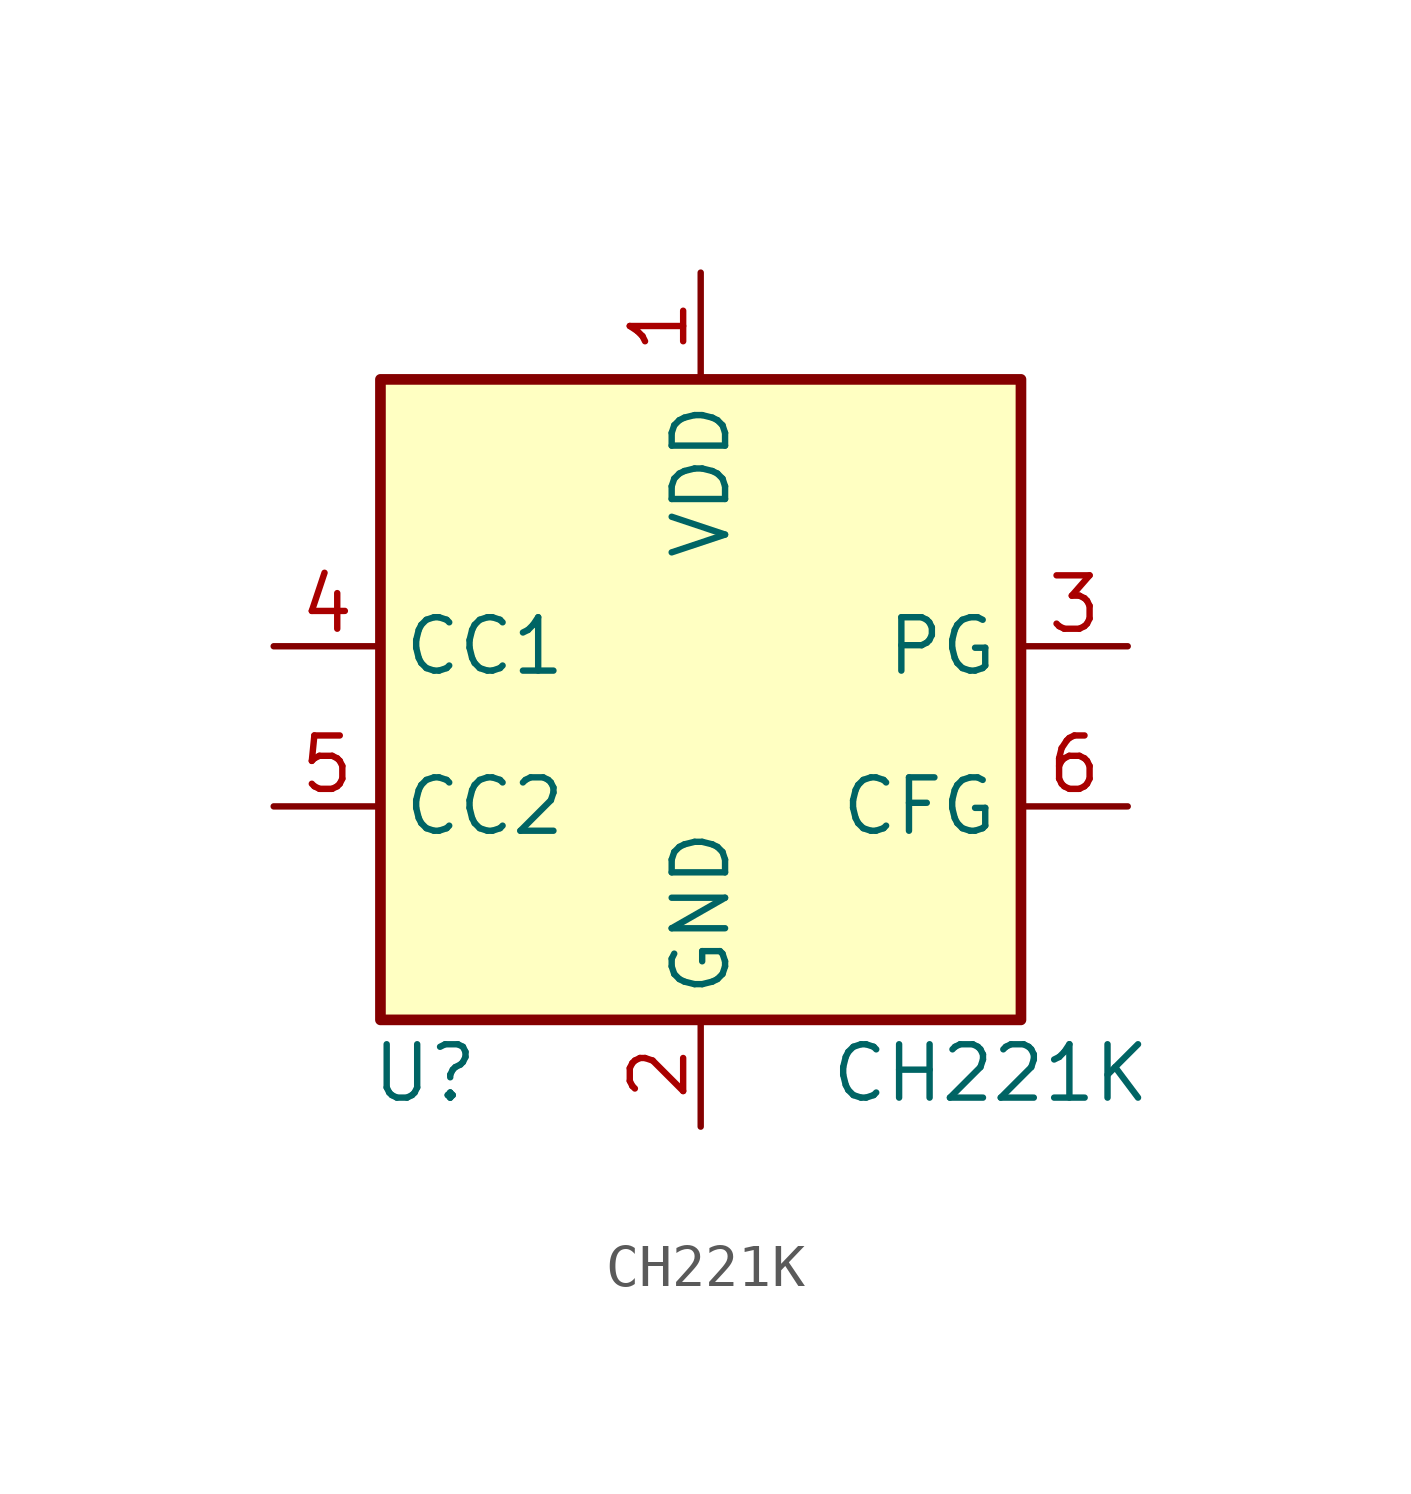
<source format=kicad_sym>
(kicad_symbol_lib
  (version 20241209)
  (generator "kicad_symbol_editor")
  (generator_version "9.0")
  (symbol "CH221K"
    (property "Reference" "U"
      (at -7.874 -8.89 0)
      (effects (font (size 1.27 1.27)) (justify left)))
    (property "Value" "CH221K"
      (at 3.048 -8.89 0)
      (effects (font (size 1.27 1.27)) (justify left)))
    (symbol "CH221K_1_1"
      (rectangle (start -7.62 7.62) (end 7.62 -7.62) (stroke (width 0.254) (type default)) (fill (type background)))
      (pin bidirectional line (at -10.16 1.27 0) (length 2.54) (name "CC1" (effects (font (size 1.27 1.27)))) (number "4" (effects (font (size 1.27 1.27)))))
      (pin bidirectional line (at -10.16 -2.54 0) (length 2.54) (name "CC2" (effects (font (size 1.27 1.27)))) (number "5" (effects (font (size 1.27 1.27)))))
      (pin power_in line (at 0 10.16 270) (length 2.54) (name "VDD" (effects (font (size 1.27 1.27)))) (number "1" (effects (font (size 1.27 1.27)))))
      (pin power_in line (at 0 -10.16 90) (length 2.54) (name "GND" (effects (font (size 1.27 1.27)))) (number "2" (effects (font (size 1.27 1.27)))))
      (pin open_collector line (at 10.16 1.27 180) (length 2.54) (name "PG" (effects (font (size 1.27 1.27)))) (number "3" (effects (font (size 1.27 1.27)))))
      (pin passive line (at 10.16 -2.54 180) (length 2.54) (name "CFG" (effects (font (size 1.27 1.27)))) (number "6" (effects (font (size 1.27 1.27))))))))
</source>
